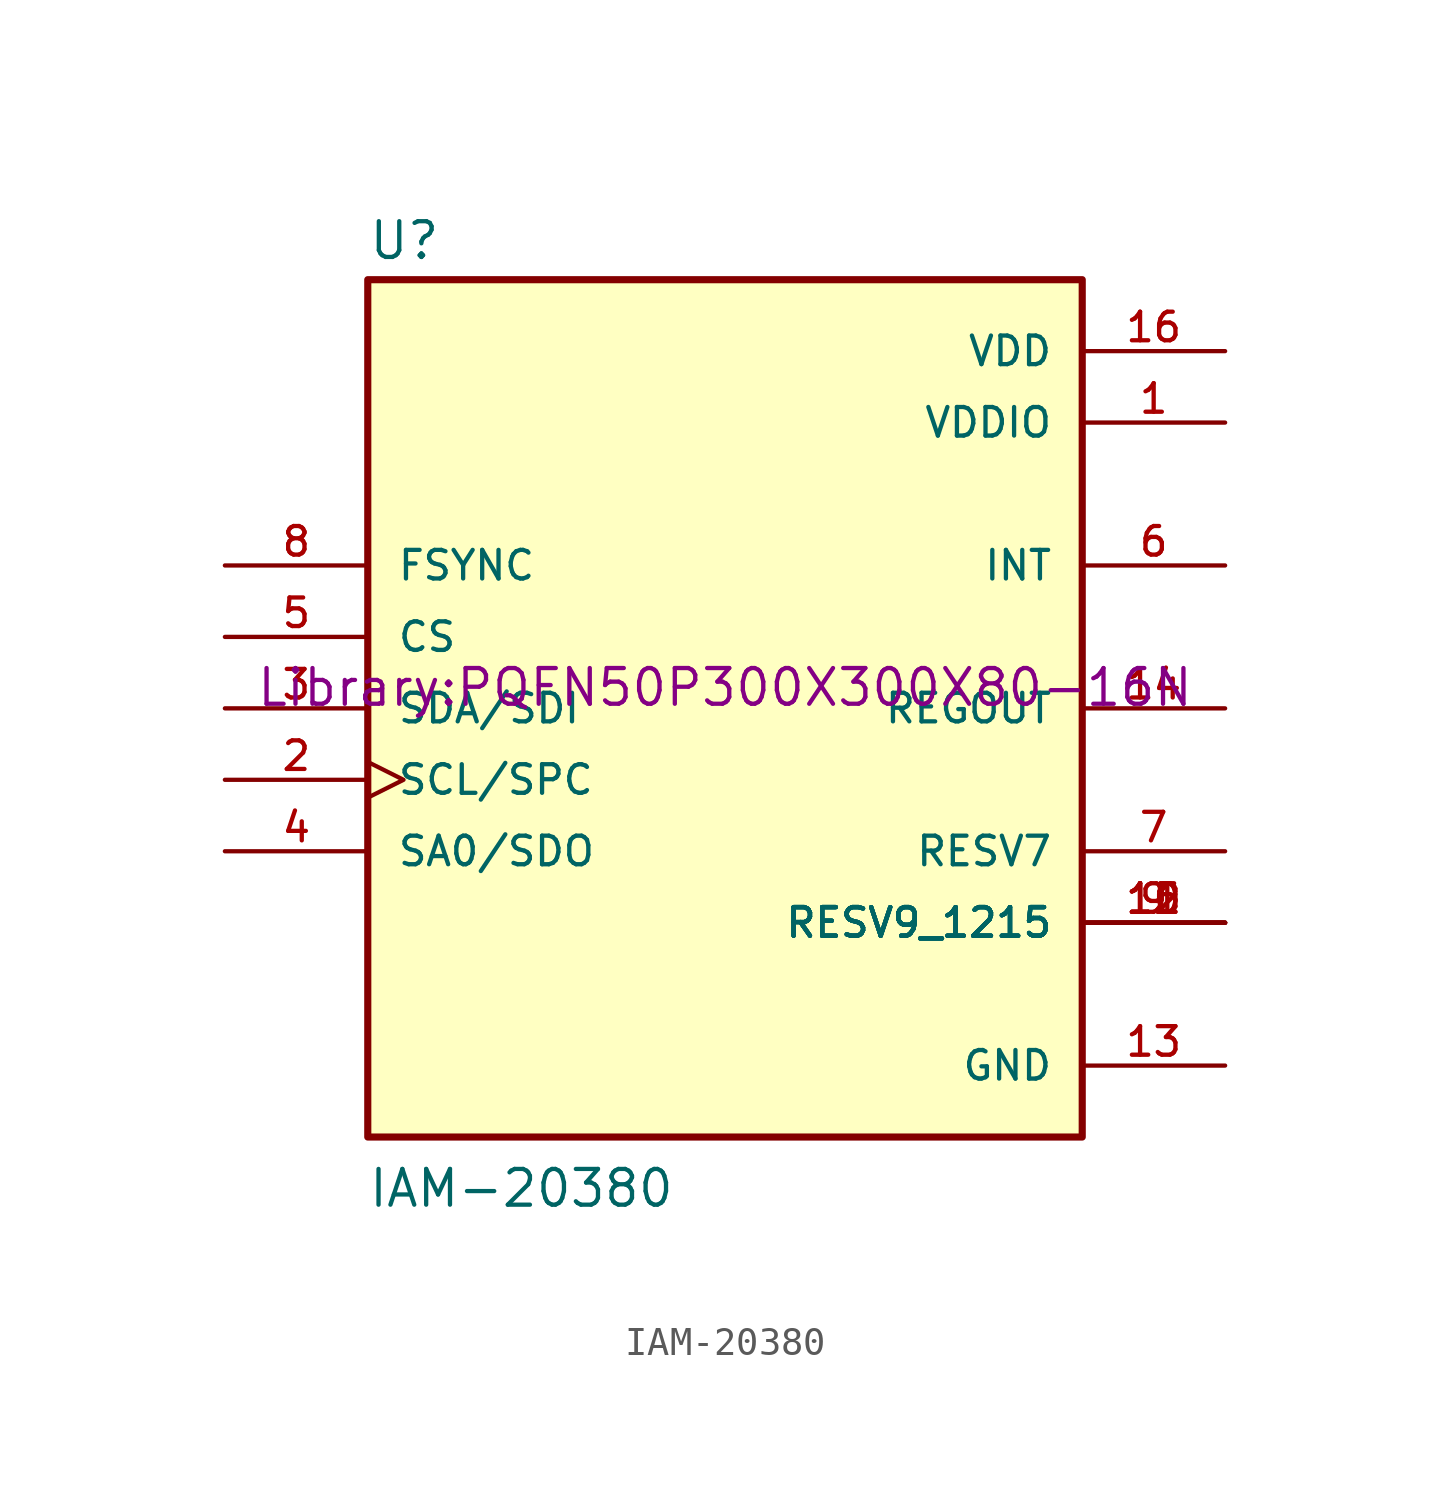
<source format=kicad_sym>
(kicad_symbol_lib
  (version 20220914)
  (generator kicad_symbol_editor)
  (symbol "IAM-20380"
    (pin_names
      (offset 1.016))
    (property "Reference" "U"
      (at -12.709 15.886 0)
      (effects (font (size 1.27 1.27)) (justify left bottom)))
    (property "Value" "IAM-20380"
      (at -12.72 -17.808 0)
      (effects (font (size 1.27 1.27)) (justify left bottom)))
    (property "Footprint" "Library:PQFN50P300X300X80-16N"
      (at 0 0 0)
      (effects (font (size 1.27 1.27)) (justify bottom)))
    (symbol "IAM-20380_0_0"
      (rectangle (start -12.7 -15.24) (end 12.7 15.24) (stroke (width 0.254) (type default)) (fill (type background)))
      (pin power_in line (at 17.78 10.16 180) (length 5.08) (name "VDDIO" (effects (font (size 1.016 1.016)))) (number "1" (effects (font (size 1.016 1.016)))))
      (pin passive line (at 17.78 -7.62 180) (length 5.08) (name "RESV9_1215" (effects (font (size 1.016 1.016)))) (number "10" (effects (font (size 1.016 1.016)))))
      (pin passive line (at 17.78 -7.62 180) (length 5.08) (name "RESV9_1215" (effects (font (size 1.016 1.016)))) (number "11" (effects (font (size 1.016 1.016)))))
      (pin passive line (at 17.78 -7.62 180) (length 5.08) (name "RESV9_1215" (effects (font (size 1.016 1.016)))) (number "12" (effects (font (size 1.016 1.016)))))
      (pin power_in line (at 17.78 -12.7 180) (length 5.08) (name "GND" (effects (font (size 1.016 1.016)))) (number "13" (effects (font (size 1.016 1.016)))))
      (pin passive line (at 17.78 0 180) (length 5.08) (name "REGOUT" (effects (font (size 1.016 1.016)))) (number "14" (effects (font (size 1.016 1.016)))))
      (pin passive line (at 17.78 -7.62 180) (length 5.08) (name "RESV9_1215" (effects (font (size 1.016 1.016)))) (number "15" (effects (font (size 1.016 1.016)))))
      (pin power_in line (at 17.78 12.7 180) (length 5.08) (name "VDD" (effects (font (size 1.016 1.016)))) (number "16" (effects (font (size 1.016 1.016)))))
      (pin bidirectional clock (at -17.78 -2.54 0) (length 5.08) (name "SCL/SPC" (effects (font (size 1.016 1.016)))) (number "2" (effects (font (size 1.016 1.016)))))
      (pin input line (at -17.78 0 0) (length 5.08) (name "SDA/SDI" (effects (font (size 1.016 1.016)))) (number "3" (effects (font (size 1.016 1.016)))))
      (pin output line (at -17.78 -5.08 0) (length 5.08) (name "SA0/SDO" (effects (font (size 1.016 1.016)))) (number "4" (effects (font (size 1.016 1.016)))))
      (pin input line (at -17.78 2.54 0) (length 5.08) (name "CS" (effects (font (size 1.016 1.016)))) (number "5" (effects (font (size 1.016 1.016)))))
      (pin output line (at 17.78 5.08 180) (length 5.08) (name "INT" (effects (font (size 1.016 1.016)))) (number "6" (effects (font (size 1.016 1.016)))))
      (pin passive line (at 17.78 -5.08 180) (length 5.08) (name "RESV7" (effects (font (size 1.016 1.016)))) (number "7" (effects (font (size 1.016 1.016)))))
      (pin input line (at -17.78 5.08 0) (length 5.08) (name "FSYNC" (effects (font (size 1.016 1.016)))) (number "8" (effects (font (size 1.016 1.016)))))
      (pin passive line (at 17.78 -7.62 180) (length 5.08) (name "RESV9_1215" (effects (font (size 1.016 1.016)))) (number "9" (effects (font (size 1.016 1.016))))))))
</source>
